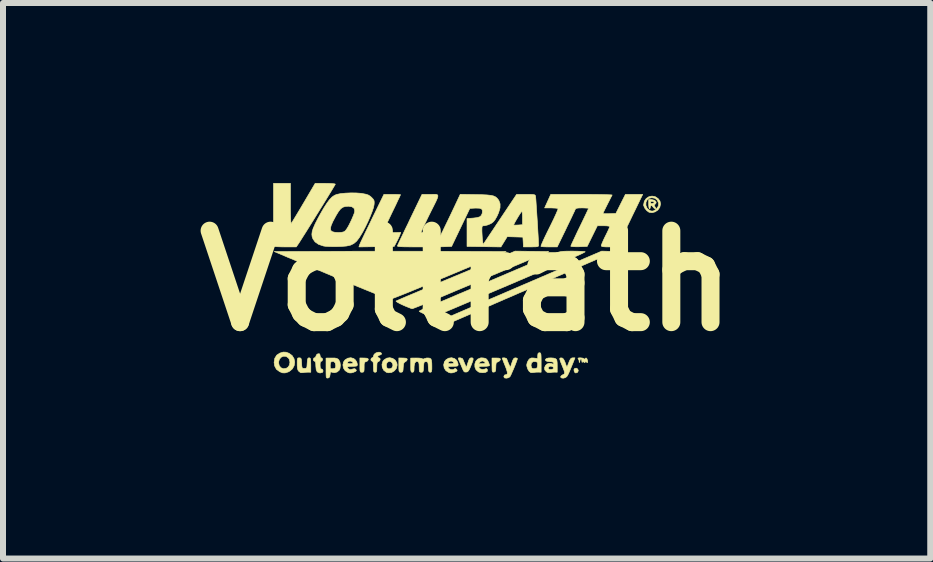
<source format=kicad_pcb>
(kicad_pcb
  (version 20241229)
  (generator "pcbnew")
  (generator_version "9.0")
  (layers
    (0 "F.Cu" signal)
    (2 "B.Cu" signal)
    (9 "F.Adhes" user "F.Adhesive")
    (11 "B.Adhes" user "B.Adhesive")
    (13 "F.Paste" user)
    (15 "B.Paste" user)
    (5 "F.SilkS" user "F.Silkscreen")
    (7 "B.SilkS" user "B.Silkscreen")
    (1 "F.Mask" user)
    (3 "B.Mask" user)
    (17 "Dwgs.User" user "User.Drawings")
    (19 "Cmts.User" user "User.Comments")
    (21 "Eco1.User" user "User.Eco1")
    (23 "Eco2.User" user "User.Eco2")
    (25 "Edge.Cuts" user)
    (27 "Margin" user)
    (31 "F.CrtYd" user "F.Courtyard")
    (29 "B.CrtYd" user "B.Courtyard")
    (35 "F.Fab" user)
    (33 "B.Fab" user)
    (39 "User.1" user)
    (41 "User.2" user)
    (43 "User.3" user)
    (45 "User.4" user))
  (footprint "Vollrath"
    (layer "F.Cu")
    (at 4.724 1.628)
    (property "Reference" "Vollrath" (at 0 0 0) (layer "F.SilkS") (effects (font (size 1.524 1.524) (thickness 0.3))))
    (attr through_hole)
    (fp_poly (pts (xy 1.852 1.471) (xy 1.861 1.498) (xy 1.851 1.522) (xy 1.846 1.526) (xy 1.819 1.537) (xy 1.801 1.525) (xy 1.794 1.513) (xy 1.788 1.481) (xy 1.802 1.46) (xy 1.829 1.456) (xy 1.852 1.471)) (stroke (width 0.01) (type solid)) (fill yes) (layer "F.SilkS"))
    (fp_poly (pts (xy -1.058 1.287) (xy -1.014 1.29) (xy -0.993 1.299) (xy -0.988 1.311) (xy -0.999 1.334) (xy -1.02 1.348) (xy -1.038 1.36) (xy -1.049 1.382) (xy -1.054 1.422) (xy -1.056 1.443) (xy -1.059 1.489) (xy -1.065 1.513) (xy -1.077 1.522) (xy -1.094 1.524) (xy -1.111 1.523) (xy -1.121 1.515) (xy -1.127 1.496) (xy -1.129 1.46) (xy -1.129 1.405) (xy -1.129 1.286) (xy -1.058 1.287)) (stroke (width 0.01) (type solid)) (fill yes) (layer "F.SilkS"))
    (fp_poly (pts (xy 0.537 1.289) (xy 0.558 1.296) (xy 0.564 1.311) (xy 0.564 1.311) (xy 0.552 1.333) (xy 0.526 1.349) (xy 0.504 1.359) (xy 0.492 1.375) (xy 0.488 1.406) (xy 0.487 1.439) (xy 0.485 1.485) (xy 0.479 1.509) (xy 0.466 1.519) (xy 0.455 1.521) (xy 0.439 1.522) (xy 0.43 1.515) (xy 0.425 1.496) (xy 0.424 1.458) (xy 0.423 1.407) (xy 0.423 1.287) (xy 0.494 1.287) (xy 0.537 1.289)) (stroke (width 0.01) (type solid)) (fill yes) (layer "F.SilkS"))
    (fp_poly (pts (xy -1.707 1.287) (xy -1.664 1.29) (xy -1.643 1.298) (xy -1.637 1.313) (xy -1.637 1.313) (xy -1.649 1.335) (xy -1.672 1.346) (xy -1.692 1.354) (xy -1.702 1.368) (xy -1.707 1.396) (xy -1.707 1.44) (xy -1.708 1.486) (xy -1.712 1.512) (xy -1.723 1.522) (xy -1.742 1.524) (xy -1.743 1.524) (xy -1.76 1.523) (xy -1.77 1.516) (xy -1.776 1.497) (xy -1.778 1.461) (xy -1.778 1.405) (xy -1.778 1.286) (xy -1.707 1.287)) (stroke (width 0.01) (type solid)) (fill yes) (layer "F.SilkS"))
    (fp_poly (pts (xy -1.23 1.294) (xy -1.189 1.323) (xy -1.163 1.367) (xy -1.157 1.403) (xy -1.169 1.457) (xy -1.202 1.499) (xy -1.248 1.527) (xy -1.301 1.533) (xy -1.336 1.525) (xy -1.379 1.493) (xy -1.404 1.446) (xy -1.407 1.423) (xy -1.338 1.423) (xy -1.327 1.452) (xy -1.301 1.467) (xy -1.294 1.468) (xy -1.261 1.461) (xy -1.245 1.451) (xy -1.228 1.419) (xy -1.231 1.384) (xy -1.25 1.356) (xy -1.279 1.342) (xy -1.293 1.343) (xy -1.321 1.359) (xy -1.336 1.389) (xy -1.338 1.423) (xy -1.407 1.423) (xy -1.41 1.394) (xy -1.395 1.343) (xy -1.376 1.319) (xy -1.33 1.289) (xy -1.279 1.282) (xy -1.23 1.294)) (stroke (width 0.01) (type solid)) (fill yes) (layer "F.SilkS"))
    (fp_poly (pts (xy -0.105 1.284) (xy -0.071 1.295) (xy -0.058 1.316) (xy -0.044 1.351) (xy -0.026 1.393) (xy -0.025 1.397) (xy -0.004 1.446) (xy 0.022 1.365) (xy 0.038 1.319) (xy 0.053 1.294) (xy 0.07 1.285) (xy 0.08 1.284) (xy 0.1 1.286) (xy 0.109 1.296) (xy 0.108 1.318) (xy 0.096 1.356) (xy 0.072 1.416) (xy 0.072 1.418) (xy 0.049 1.47) (xy 0.031 1.501) (xy 0.014 1.516) (xy -0.006 1.521) (xy -0.032 1.52) (xy -0.05 1.504) (xy -0.065 1.472) (xy -0.085 1.424) (xy -0.108 1.37) (xy -0.114 1.356) (xy -0.132 1.315) (xy -0.138 1.294) (xy -0.133 1.285) (xy -0.114 1.284) (xy -0.105 1.284)) (stroke (width 0.01) (type solid)) (fill yes) (layer "F.SilkS"))
    (fp_poly (pts (xy 3.085 -1.352) (xy 3.128 -1.342) (xy 3.153 -1.322) (xy 3.159 -1.299) (xy 3.144 -1.279) (xy 3.128 -1.263) (xy 3.131 -1.245) (xy 3.141 -1.23) (xy 3.154 -1.207) (xy 3.148 -1.2) (xy 3.144 -1.199) (xy 3.123 -1.21) (xy 3.108 -1.228) (xy 3.089 -1.25) (xy 3.076 -1.256) (xy 3.065 -1.244) (xy 3.062 -1.228) (xy 3.056 -1.205) (xy 3.048 -1.199) (xy 3.04 -1.212) (xy 3.035 -1.245) (xy 3.034 -1.278) (xy 3.034 -1.305) (xy 3.062 -1.305) (xy 3.072 -1.288) (xy 3.094 -1.287) (xy 3.119 -1.296) (xy 3.126 -1.305) (xy 3.114 -1.318) (xy 3.094 -1.324) (xy 3.068 -1.32) (xy 3.062 -1.305) (xy 3.034 -1.305) (xy 3.034 -1.356) (xy 3.085 -1.352)) (stroke (width 0.01) (type solid)) (fill yes) (layer "F.SilkS"))
    (fp_poly (pts (xy -2.449 1.218) (xy -2.442 1.238) (xy -2.441 1.248) (xy -2.434 1.277) (xy -2.42 1.284) (xy -2.403 1.296) (xy -2.399 1.312) (xy -2.408 1.335) (xy -2.42 1.341) (xy -2.434 1.349) (xy -2.44 1.377) (xy -2.441 1.404) (xy -2.438 1.447) (xy -2.428 1.466) (xy -2.422 1.468) (xy -2.401 1.478) (xy -2.391 1.502) (xy -2.398 1.523) (xy -2.402 1.526) (xy -2.443 1.537) (xy -2.482 1.522) (xy -2.49 1.516) (xy -2.506 1.481) (xy -2.512 1.421) (xy -2.512 1.417) (xy -2.514 1.371) (xy -2.521 1.347) (xy -2.533 1.341) (xy -2.55 1.329) (xy -2.554 1.312) (xy -2.546 1.289) (xy -2.534 1.284) (xy -2.516 1.272) (xy -2.509 1.252) (xy -2.493 1.224) (xy -2.473 1.216) (xy -2.449 1.218)) (stroke (width 0.01) (type solid)) (fill yes) (layer "F.SilkS"))
    (fp_poly (pts (xy 1.931 1.288) (xy 1.954 1.298) (xy 1.955 1.3) (xy 1.968 1.306) (xy 1.977 1.296) (xy 1.99 1.285) (xy 2.004 1.298) (xy 2.016 1.331) (xy 2.018 1.346) (xy 2.014 1.364) (xy 2 1.357) (xy 1.997 1.355) (xy 1.98 1.344) (xy 1.976 1.355) (xy 1.976 1.355) (xy 1.971 1.365) (xy 1.956 1.356) (xy 1.937 1.347) (xy 1.929 1.358) (xy 1.923 1.359) (xy 1.92 1.338) (xy 1.92 1.337) (xy 1.915 1.309) (xy 1.906 1.298) (xy 1.895 1.31) (xy 1.887 1.337) (xy 1.882 1.36) (xy 1.877 1.362) (xy 1.877 1.362) (xy 1.875 1.337) (xy 1.876 1.336) (xy 1.869 1.316) (xy 1.861 1.304) (xy 1.855 1.291) (xy 1.869 1.285) (xy 1.895 1.284) (xy 1.931 1.288)) (stroke (width 0.01) (type solid)) (fill yes) (layer "F.SilkS"))
    (fp_poly (pts (xy -3.008 1.19) (xy -2.959 1.208) (xy -2.907 1.246) (xy -2.875 1.298) (xy -2.864 1.355) (xy -2.873 1.414) (xy -2.902 1.467) (xy -2.951 1.508) (xy -2.972 1.519) (xy -3.024 1.535) (xy -3.067 1.534) (xy -3.114 1.515) (xy -3.168 1.475) (xy -3.198 1.419) (xy -3.207 1.362) (xy -3.133 1.362) (xy -3.122 1.414) (xy -3.093 1.449) (xy -3.052 1.466) (xy -3.006 1.459) (xy -2.976 1.441) (xy -2.951 1.404) (xy -2.943 1.356) (xy -2.954 1.309) (xy -2.97 1.285) (xy -3.008 1.259) (xy -3.051 1.257) (xy -3.09 1.274) (xy -3.119 1.308) (xy -3.133 1.356) (xy -3.133 1.362) (xy -3.207 1.362) (xy -3.207 1.361) (xy -3.196 1.292) (xy -3.163 1.239) (xy -3.111 1.205) (xy -3.056 1.188) (xy -3.008 1.19)) (stroke (width 0.01) (type solid)) (fill yes) (layer "F.SilkS"))
    (fp_poly (pts (xy 3.143 -1.401) (xy 3.19 -1.37) (xy 3.222 -1.328) (xy 3.231 -1.281) (xy 3.231 -1.278) (xy 3.219 -1.225) (xy 3.187 -1.179) (xy 3.141 -1.148) (xy 3.089 -1.134) (xy 3.039 -1.142) (xy 3.002 -1.169) (xy 2.97 -1.208) (xy 2.951 -1.251) (xy 2.95 -1.257) (xy 2.987 -1.257) (xy 3.007 -1.21) (xy 3.025 -1.191) (xy 3.069 -1.163) (xy 3.109 -1.162) (xy 3.15 -1.187) (xy 3.162 -1.198) (xy 3.195 -1.245) (xy 3.2 -1.293) (xy 3.177 -1.341) (xy 3.174 -1.346) (xy 3.136 -1.375) (xy 3.087 -1.384) (xy 3.04 -1.374) (xy 3.012 -1.354) (xy 2.989 -1.309) (xy 2.987 -1.257) (xy 2.95 -1.257) (xy 2.949 -1.266) (xy 2.961 -1.324) (xy 2.992 -1.37) (xy 3.037 -1.4) (xy 3.089 -1.411) (xy 3.143 -1.401)) (stroke (width 0.01) (type solid)) (fill yes) (layer "F.SilkS"))
    (fp_poly (pts (xy -1.445 1.191) (xy -1.419 1.206) (xy -1.418 1.223) (xy -1.441 1.237) (xy -1.451 1.239) (xy -1.474 1.25) (xy -1.481 1.268) (xy -1.472 1.282) (xy -1.46 1.284) (xy -1.443 1.294) (xy -1.44 1.315) (xy -1.452 1.336) (xy -1.468 1.345) (xy -1.483 1.353) (xy -1.492 1.371) (xy -1.495 1.405) (xy -1.496 1.438) (xy -1.497 1.486) (xy -1.501 1.512) (xy -1.511 1.522) (xy -1.524 1.524) (xy -1.539 1.521) (xy -1.548 1.508) (xy -1.551 1.48) (xy -1.552 1.432) (xy -1.554 1.381) (xy -1.559 1.352) (xy -1.569 1.341) (xy -1.573 1.341) (xy -1.591 1.329) (xy -1.595 1.312) (xy -1.586 1.289) (xy -1.573 1.284) (xy -1.556 1.272) (xy -1.552 1.256) (xy -1.54 1.225) (xy -1.509 1.201) (xy -1.47 1.19) (xy -1.445 1.191)) (stroke (width 0.01) (type solid)) (fill yes) (layer "F.SilkS"))
    (fp_poly (pts (xy -1.239 -1.439) (xy -1.181 -1.439) (xy -1.134 -1.437) (xy -1.106 -1.435) (xy -1.101 -1.434) (xy -1.107 -1.42) (xy -1.123 -1.385) (xy -1.149 -1.331) (xy -1.181 -1.262) (xy -1.22 -1.182) (xy -1.249 -1.122) (xy -1.29 -1.036) (xy -1.327 -0.959) (xy -1.358 -0.894) (xy -1.381 -0.844) (xy -1.394 -0.814) (xy -1.397 -0.807) (xy -1.384 -0.803) (xy -1.348 -0.801) (xy -1.296 -0.801) (xy -1.248 -0.802) (xy -1.098 -0.806) (xy -1.108 -0.774) (xy -1.12 -0.744) (xy -1.14 -0.7) (xy -1.162 -0.656) (xy -1.206 -0.572) (xy -1.5 -0.568) (xy -1.794 -0.564) (xy -1.784 -0.595) (xy -1.776 -0.615) (xy -1.757 -0.657) (xy -1.728 -0.718) (xy -1.692 -0.794) (xy -1.649 -0.882) (xy -1.602 -0.979) (xy -1.576 -1.033) (xy -1.378 -1.439) (xy -1.239 -1.439)) (stroke (width 0.01) (type solid)) (fill yes) (layer "F.SilkS"))
    (fp_poly (pts (xy -2.611 1.287) (xy -2.602 1.297) (xy -2.598 1.322) (xy -2.597 1.366) (xy -2.596 1.404) (xy -2.596 1.524) (xy -2.642 1.523) (xy -2.688 1.525) (xy -2.726 1.531) (xy -2.762 1.532) (xy -2.793 1.511) (xy -2.809 1.49) (xy -2.818 1.461) (xy -2.822 1.417) (xy -2.822 1.383) (xy -2.822 1.331) (xy -2.819 1.302) (xy -2.811 1.288) (xy -2.796 1.284) (xy -2.788 1.284) (xy -2.769 1.286) (xy -2.758 1.296) (xy -2.752 1.322) (xy -2.749 1.368) (xy -2.749 1.372) (xy -2.746 1.42) (xy -2.741 1.447) (xy -2.73 1.458) (xy -2.711 1.46) (xy -2.702 1.46) (xy -2.679 1.459) (xy -2.666 1.451) (xy -2.66 1.43) (xy -2.657 1.39) (xy -2.656 1.372) (xy -2.652 1.324) (xy -2.646 1.297) (xy -2.636 1.286) (xy -2.624 1.284) (xy -2.611 1.287)) (stroke (width 0.01) (type solid)) (fill yes) (layer "F.SilkS"))
    (fp_poly (pts (xy 0.839 1.289) (xy 0.847 1.297) (xy 0.841 1.318) (xy 0.827 1.357) (xy 0.807 1.409) (xy 0.784 1.465) (xy 0.76 1.519) (xy 0.74 1.565) (xy 0.724 1.595) (xy 0.72 1.601) (xy 0.693 1.617) (xy 0.661 1.623) (xy 0.631 1.618) (xy 0.621 1.6) (xy 0.621 1.595) (xy 0.631 1.571) (xy 0.648 1.566) (xy 0.67 1.562) (xy 0.679 1.545) (xy 0.676 1.513) (xy 0.66 1.462) (xy 0.64 1.411) (xy 0.619 1.359) (xy 0.603 1.317) (xy 0.594 1.292) (xy 0.593 1.288) (xy 0.605 1.285) (xy 0.629 1.284) (xy 0.662 1.293) (xy 0.672 1.309) (xy 0.682 1.337) (xy 0.698 1.377) (xy 0.704 1.39) (xy 0.729 1.446) (xy 0.755 1.365) (xy 0.772 1.319) (xy 0.787 1.294) (xy 0.804 1.285) (xy 0.814 1.284) (xy 0.839 1.289)) (stroke (width 0.01) (type solid)) (fill yes) (layer "F.SilkS"))
    (fp_poly (pts (xy 1.777 1.358) (xy 1.741 1.446) (xy 1.714 1.511) (xy 1.693 1.557) (xy 1.676 1.586) (xy 1.668 1.598) (xy 1.642 1.615) (xy 1.61 1.623) (xy 1.581 1.619) (xy 1.567 1.605) (xy 1.566 1.601) (xy 1.578 1.581) (xy 1.602 1.566) (xy 1.622 1.557) (xy 1.632 1.544) (xy 1.632 1.523) (xy 1.622 1.489) (xy 1.601 1.436) (xy 1.588 1.404) (xy 1.565 1.348) (xy 1.554 1.313) (xy 1.552 1.294) (xy 1.56 1.287) (xy 1.561 1.286) (xy 1.591 1.286) (xy 1.615 1.305) (xy 1.635 1.345) (xy 1.645 1.371) (xy 1.659 1.412) (xy 1.669 1.429) (xy 1.677 1.425) (xy 1.681 1.418) (xy 1.694 1.386) (xy 1.71 1.345) (xy 1.713 1.337) (xy 1.732 1.301) (xy 1.754 1.286) (xy 1.77 1.284) (xy 1.806 1.284) (xy 1.777 1.358)) (stroke (width 0.01) (type solid)) (fill yes) (layer "F.SilkS"))
    (fp_poly (pts (xy -1.085 -0.492) (xy -0.843 -0.492) (xy -0.613 -0.491) (xy -0.401 -0.491) (xy -0.306 -0.49) (xy 0.658 -0.487) (xy -0.281 -0.093) (xy -0.436 -0.029) (xy -0.584 0.033) (xy -0.724 0.09) (xy -0.852 0.143) (xy -0.966 0.19) (xy -1.066 0.23) (xy -1.147 0.262) (xy -1.209 0.286) (xy -1.248 0.3) (xy -1.263 0.305) (xy -1.282 0.302) (xy -1.318 0.291) (xy -1.373 0.272) (xy -1.447 0.244) (xy -1.542 0.207) (xy -1.658 0.16) (xy -1.798 0.103) (xy -1.961 0.035) (xy -2.06 -0.007) (xy -2.205 -0.067) (xy -2.348 -0.127) (xy -2.486 -0.185) (xy -2.615 -0.239) (xy -2.732 -0.288) (xy -2.835 -0.331) (xy -2.92 -0.367) (xy -2.984 -0.393) (xy -3.011 -0.405) (xy -3.206 -0.487) (xy -2.238 -0.49) (xy -2.037 -0.491) (xy -1.815 -0.492) (xy -1.578 -0.492) (xy -1.332 -0.492) (xy -1.085 -0.492)) (stroke (width 0.01) (type solid)) (fill yes) (layer "F.SilkS"))
    (fp_poly (pts (xy -2.198 1.287) (xy -2.164 1.293) (xy -2.141 1.306) (xy -2.131 1.316) (xy -2.11 1.355) (xy -2.103 1.408) (xy -2.109 1.46) (xy -2.123 1.491) (xy -2.158 1.52) (xy -2.203 1.532) (xy -2.243 1.524) (xy -2.261 1.518) (xy -2.27 1.528) (xy -2.274 1.561) (xy -2.275 1.563) (xy -2.281 1.599) (xy -2.296 1.616) (xy -2.311 1.62) (xy -2.324 1.621) (xy -2.333 1.616) (xy -2.339 1.602) (xy -2.341 1.572) (xy -2.342 1.523) (xy -2.342 1.457) (xy -2.342 1.412) (xy -2.272 1.412) (xy -2.271 1.448) (xy -2.263 1.464) (xy -2.241 1.466) (xy -2.226 1.465) (xy -2.195 1.459) (xy -2.182 1.443) (xy -2.18 1.413) (xy -2.189 1.37) (xy -2.212 1.345) (xy -2.245 1.344) (xy -2.249 1.345) (xy -2.266 1.363) (xy -2.272 1.404) (xy -2.272 1.412) (xy -2.342 1.412) (xy -2.342 1.288) (xy -2.251 1.287) (xy -2.198 1.287)) (stroke (width 0.01) (type solid)) (fill yes) (layer "F.SilkS"))
    (fp_poly (pts (xy -0.518 -1.44) (xy -0.493 -1.436) (xy -0.48 -1.425) (xy -0.479 -1.405) (xy -0.489 -1.371) (xy -0.511 -1.321) (xy -0.545 -1.253) (xy -0.591 -1.162) (xy -0.601 -1.142) (xy -0.64 -1.063) (xy -0.675 -0.99) (xy -0.706 -0.927) (xy -0.728 -0.88) (xy -0.739 -0.855) (xy -0.761 -0.804) (xy -0.631 -0.803) (xy -0.572 -0.802) (xy -0.522 -0.802) (xy -0.49 -0.803) (xy -0.483 -0.803) (xy -0.471 -0.801) (xy -0.468 -0.789) (xy -0.476 -0.762) (xy -0.496 -0.717) (xy -0.518 -0.671) (xy -0.571 -0.564) (xy -0.865 -0.564) (xy -0.968 -0.565) (xy -1.044 -0.566) (xy -1.098 -0.568) (xy -1.133 -0.571) (xy -1.15 -0.576) (xy -1.153 -0.582) (xy -1.145 -0.599) (xy -1.127 -0.638) (xy -1.1 -0.696) (xy -1.064 -0.77) (xy -1.023 -0.857) (xy -0.976 -0.953) (xy -0.945 -1.02) (xy -0.743 -1.439) (xy -0.603 -1.439) (xy -0.555 -1.44) (xy -0.518 -1.44)) (stroke (width 0.01) (type solid)) (fill yes) (layer "F.SilkS"))
    (fp_poly (pts (xy 1.226 1.201) (xy 1.234 1.21) (xy 1.239 1.229) (xy 1.241 1.265) (xy 1.242 1.322) (xy 1.242 1.362) (xy 1.242 1.524) (xy 1.196 1.522) (xy 1.154 1.523) (xy 1.122 1.528) (xy 1.086 1.531) (xy 1.069 1.529) (xy 1.042 1.509) (xy 1.019 1.471) (xy 1.004 1.424) (xy 1.002 1.406) (xy 1.073 1.406) (xy 1.081 1.446) (xy 1.1 1.463) (xy 1.134 1.465) (xy 1.164 1.459) (xy 1.177 1.443) (xy 1.183 1.408) (xy 1.183 1.373) (xy 1.173 1.355) (xy 1.151 1.347) (xy 1.109 1.347) (xy 1.082 1.368) (xy 1.073 1.406) (xy 1.002 1.406) (xy 1.002 1.4) (xy 1.011 1.36) (xy 1.032 1.32) (xy 1.032 1.32) (xy 1.056 1.295) (xy 1.081 1.286) (xy 1.12 1.287) (xy 1.124 1.288) (xy 1.185 1.295) (xy 1.185 1.247) (xy 1.189 1.214) (xy 1.202 1.201) (xy 1.214 1.199) (xy 1.226 1.201)) (stroke (width 0.01) (type solid)) (fill yes) (layer "F.SilkS"))
    (fp_poly (pts (xy 1.453 1.289) (xy 1.483 1.299) (xy 1.497 1.31) (xy 1.505 1.331) (xy 1.509 1.367) (xy 1.51 1.419) (xy 1.51 1.524) (xy 1.471 1.522) (xy 1.427 1.524) (xy 1.397 1.53) (xy 1.352 1.528) (xy 1.329 1.516) (xy 1.303 1.485) (xy 1.299 1.449) (xy 1.359 1.449) (xy 1.361 1.466) (xy 1.382 1.478) (xy 1.413 1.478) (xy 1.44 1.469) (xy 1.45 1.458) (xy 1.443 1.439) (xy 1.428 1.427) (xy 1.4 1.422) (xy 1.374 1.431) (xy 1.359 1.449) (xy 1.299 1.449) (xy 1.299 1.449) (xy 1.313 1.414) (xy 1.34 1.387) (xy 1.377 1.374) (xy 1.419 1.381) (xy 1.421 1.382) (xy 1.445 1.39) (xy 1.452 1.383) (xy 1.451 1.372) (xy 1.44 1.356) (xy 1.414 1.349) (xy 1.384 1.348) (xy 1.341 1.343) (xy 1.316 1.329) (xy 1.313 1.312) (xy 1.328 1.297) (xy 1.36 1.287) (xy 1.406 1.285) (xy 1.453 1.289)) (stroke (width 0.01) (type solid)) (fill yes) (layer "F.SilkS"))
    (fp_poly (pts (xy -1.88 1.296) (xy -1.85 1.321) (xy -1.829 1.357) (xy -1.82 1.392) (xy -1.822 1.41) (xy -1.833 1.42) (xy -1.859 1.424) (xy -1.905 1.425) (xy -1.958 1.427) (xy -1.984 1.435) (xy -1.986 1.449) (xy -1.967 1.468) (xy -1.942 1.48) (xy -1.907 1.473) (xy -1.905 1.472) (xy -1.869 1.464) (xy -1.85 1.472) (xy -1.836 1.492) (xy -1.845 1.507) (xy -1.879 1.523) (xy -1.879 1.523) (xy -1.921 1.535) (xy -1.951 1.535) (xy -1.976 1.528) (xy -2.023 1.498) (xy -2.052 1.453) (xy -2.061 1.401) (xy -2.051 1.361) (xy -1.987 1.361) (xy -1.983 1.375) (xy -1.953 1.382) (xy -1.94 1.383) (xy -1.908 1.379) (xy -1.891 1.371) (xy -1.891 1.369) (xy -1.903 1.35) (xy -1.93 1.338) (xy -1.96 1.34) (xy -1.965 1.342) (xy -1.987 1.361) (xy -2.051 1.361) (xy -2.048 1.35) (xy -2.026 1.319) (xy -1.98 1.29) (xy -1.929 1.282) (xy -1.88 1.296)) (stroke (width 0.01) (type solid)) (fill yes) (layer "F.SilkS"))
    (fp_poly (pts (xy -0.201 1.296) (xy -0.17 1.321) (xy -0.15 1.357) (xy -0.141 1.392) (xy -0.143 1.41) (xy -0.154 1.42) (xy -0.179 1.424) (xy -0.226 1.425) (xy -0.27 1.427) (xy -0.301 1.431) (xy -0.31 1.437) (xy -0.298 1.46) (xy -0.27 1.476) (xy -0.237 1.482) (xy -0.21 1.473) (xy -0.204 1.467) (xy -0.188 1.461) (xy -0.175 1.469) (xy -0.157 1.49) (xy -0.164 1.506) (xy -0.197 1.522) (xy -0.2 1.523) (xy -0.242 1.535) (xy -0.272 1.535) (xy -0.296 1.528) (xy -0.344 1.498) (xy -0.373 1.453) (xy -0.382 1.401) (xy -0.372 1.361) (xy -0.308 1.361) (xy -0.304 1.375) (xy -0.274 1.382) (xy -0.261 1.383) (xy -0.228 1.379) (xy -0.212 1.371) (xy -0.212 1.369) (xy -0.224 1.35) (xy -0.251 1.338) (xy -0.28 1.34) (xy -0.286 1.342) (xy -0.308 1.361) (xy -0.372 1.361) (xy -0.369 1.35) (xy -0.346 1.319) (xy -0.301 1.29) (xy -0.25 1.282) (xy -0.201 1.296)) (stroke (width 0.01) (type solid)) (fill yes) (layer "F.SilkS"))
    (fp_poly (pts (xy 0.292 1.288) (xy 0.324 1.298) (xy 0.324 1.298) (xy 0.345 1.32) (xy 0.365 1.357) (xy 0.379 1.396) (xy 0.381 1.413) (xy 0.368 1.419) (xy 0.334 1.424) (xy 0.29 1.425) (xy 0.24 1.426) (xy 0.214 1.43) (xy 0.205 1.439) (xy 0.207 1.447) (xy 0.228 1.468) (xy 0.264 1.478) (xy 0.302 1.472) (xy 0.308 1.469) (xy 0.331 1.462) (xy 0.344 1.476) (xy 0.345 1.477) (xy 0.346 1.503) (xy 0.341 1.513) (xy 0.312 1.527) (xy 0.268 1.532) (xy 0.223 1.527) (xy 0.197 1.518) (xy 0.157 1.483) (xy 0.138 1.437) (xy 0.137 1.388) (xy 0.139 1.382) (xy 0.191 1.382) (xy 0.25 1.382) (xy 0.287 1.38) (xy 0.308 1.373) (xy 0.31 1.369) (xy 0.299 1.352) (xy 0.284 1.341) (xy 0.257 1.335) (xy 0.228 1.351) (xy 0.224 1.354) (xy 0.191 1.382) (xy 0.139 1.382) (xy 0.153 1.342) (xy 0.184 1.306) (xy 0.23 1.286) (xy 0.25 1.284) (xy 0.292 1.288)) (stroke (width 0.01) (type solid)) (fill yes) (layer "F.SilkS"))
    (fp_poly (pts (xy 1.369 -0.487) (xy 1.196 -0.414) (xy 1.146 -0.393) (xy 1.074 -0.362) (xy 0.984 -0.324) (xy 0.878 -0.279) (xy 0.76 -0.23) (xy 0.635 -0.177) (xy 0.505 -0.122) (xy 0.416 -0.085) (xy 0.277 -0.026) (xy 0.132 0.035) (xy -0.014 0.097) (xy -0.156 0.156) (xy -0.288 0.212) (xy -0.406 0.262) (xy -0.505 0.304) (xy -0.539 0.318) (xy -0.632 0.357) (xy -0.718 0.393) (xy -0.791 0.422) (xy -0.85 0.445) (xy -0.889 0.46) (xy -0.906 0.465) (xy -0.926 0.46) (xy -0.965 0.445) (xy -1.017 0.424) (xy -1.056 0.407) (xy -1.109 0.382) (xy -1.15 0.36) (xy -1.173 0.344) (xy -1.176 0.338) (xy -1.16 0.331) (xy -1.122 0.314) (xy -1.063 0.288) (xy -0.988 0.256) (xy -0.897 0.218) (xy -0.795 0.175) (xy -0.685 0.129) (xy -0.67 0.123) (xy -0.53 0.064) (xy -0.371 -0.002) (xy -0.203 -0.072) (xy -0.034 -0.142) (xy 0.128 -0.21) (xy 0.275 -0.271) (xy 0.316 -0.288) (xy 0.809 -0.494) (xy 1.369 -0.487)) (stroke (width 0.01) (type solid)) (fill yes) (layer "F.SilkS"))
    (fp_poly (pts (xy 2.363 -0.491) (xy 2.475 -0.487) (xy 2.384 -0.449) (xy 2.35 -0.435) (xy 2.294 -0.411) (xy 2.219 -0.379) (xy 2.129 -0.34) (xy 2.027 -0.296) (xy 1.917 -0.248) (xy 1.803 -0.198) (xy 1.799 -0.197) (xy 1.665 -0.139) (xy 1.517 -0.075) (xy 1.364 -0.008) (xy 1.212 0.057) (xy 1.069 0.119) (xy 0.942 0.175) (xy 0.889 0.197) (xy 0.762 0.253) (xy 0.619 0.314) (xy 0.47 0.379) (xy 0.323 0.443) (xy 0.186 0.502) (xy 0.082 0.547) (xy -0.308 0.716) (xy -0.368 0.689) (xy -0.402 0.673) (xy -0.421 0.661) (xy -0.422 0.658) (xy -0.408 0.651) (xy -0.371 0.635) (xy -0.312 0.609) (xy -0.234 0.575) (xy -0.138 0.534) (xy -0.027 0.486) (xy 0.097 0.433) (xy 0.231 0.375) (xy 0.374 0.313) (xy 0.43 0.289) (xy 0.594 0.219) (xy 0.764 0.145) (xy 0.937 0.071) (xy 1.107 -0.002) (xy 1.272 -0.073) (xy 1.426 -0.139) (xy 1.565 -0.199) (xy 1.686 -0.251) (xy 1.764 -0.285) (xy 2.251 -0.494) (xy 2.363 -0.491)) (stroke (width 0.01) (type solid)) (fill yes) (layer "F.SilkS"))
    (fp_poly (pts (xy -2.935 -1.281) (xy -2.935 -1.178) (xy -2.933 -1.091) (xy -2.931 -1.023) (xy -2.928 -0.976) (xy -2.924 -0.954) (xy -2.922 -0.953) (xy -2.912 -0.969) (xy -2.89 -1.005) (xy -2.857 -1.059) (xy -2.816 -1.127) (xy -2.768 -1.207) (xy -2.717 -1.294) (xy -2.716 -1.295) (xy -2.523 -1.623) (xy -2.355 -1.623) (xy -2.29 -1.622) (xy -2.237 -1.619) (xy -2.201 -1.615) (xy -2.187 -1.61) (xy -2.187 -1.61) (xy -2.194 -1.596) (xy -2.215 -1.561) (xy -2.246 -1.509) (xy -2.287 -1.442) (xy -2.335 -1.363) (xy -2.389 -1.275) (xy -2.447 -1.182) (xy -2.506 -1.087) (xy -2.565 -0.991) (xy -2.622 -0.9) (xy -2.675 -0.815) (xy -2.723 -0.74) (xy -2.762 -0.678) (xy -2.792 -0.631) (xy -2.811 -0.603) (xy -2.838 -0.564) (xy -3.018 -0.564) (xy -3.087 -0.565) (xy -3.145 -0.567) (xy -3.187 -0.57) (xy -3.207 -0.573) (xy -3.208 -0.574) (xy -3.21 -0.59) (xy -3.212 -0.63) (xy -3.214 -0.693) (xy -3.215 -0.774) (xy -3.216 -0.871) (xy -3.217 -0.98) (xy -3.217 -1.098) (xy -3.217 -1.623) (xy -2.935 -1.623) (xy -2.935 -1.281)) (stroke (width 0.01) (type solid)) (fill yes) (layer "F.SilkS"))
    (fp_poly (pts (xy -0.621 1.288) (xy -0.595 1.301) (xy -0.586 1.325) (xy -0.58 1.37) (xy -0.579 1.421) (xy -0.579 1.474) (xy -0.583 1.505) (xy -0.59 1.52) (xy -0.603 1.524) (xy -0.606 1.524) (xy -0.621 1.52) (xy -0.631 1.506) (xy -0.636 1.473) (xy -0.638 1.436) (xy -0.641 1.388) (xy -0.646 1.361) (xy -0.657 1.35) (xy -0.675 1.348) (xy -0.677 1.348) (xy -0.697 1.35) (xy -0.708 1.36) (xy -0.713 1.384) (xy -0.717 1.43) (xy -0.717 1.436) (xy -0.72 1.484) (xy -0.725 1.51) (xy -0.736 1.522) (xy -0.754 1.524) (xy -0.756 1.524) (xy -0.775 1.522) (xy -0.785 1.512) (xy -0.789 1.487) (xy -0.79 1.441) (xy -0.79 1.439) (xy -0.792 1.386) (xy -0.8 1.357) (xy -0.812 1.346) (xy -0.842 1.345) (xy -0.863 1.371) (xy -0.874 1.419) (xy -0.875 1.448) (xy -0.876 1.492) (xy -0.882 1.515) (xy -0.894 1.523) (xy -0.903 1.524) (xy -0.917 1.522) (xy -0.925 1.511) (xy -0.93 1.487) (xy -0.931 1.443) (xy -0.931 1.406) (xy -0.931 1.288) (xy -0.84 1.287) (xy -0.792 1.288) (xy -0.756 1.292) (xy -0.74 1.299) (xy -0.722 1.305) (xy -0.706 1.298) (xy -0.664 1.286) (xy -0.621 1.288)) (stroke (width 0.01) (type solid)) (fill yes) (layer "F.SilkS"))
    (fp_poly (pts (xy 1.843 -0.493) (xy 1.904 -0.491) (xy 1.949 -0.488) (xy 1.973 -0.485) (xy 1.976 -0.483) (xy 1.963 -0.474) (xy 1.93 -0.457) (xy 1.88 -0.433) (xy 1.818 -0.406) (xy 1.803 -0.399) (xy 1.71 -0.36) (xy 1.597 -0.312) (xy 1.466 -0.256) (xy 1.321 -0.194) (xy 1.166 -0.128) (xy 1.003 -0.059) (xy 0.837 0.012) (xy 0.671 0.083) (xy 0.507 0.152) (xy 0.35 0.219) (xy 0.203 0.282) (xy 0.07 0.339) (xy -0.047 0.389) (xy -0.144 0.43) (xy -0.198 0.453) (xy -0.293 0.493) (xy -0.379 0.529) (xy -0.453 0.56) (xy -0.512 0.584) (xy -0.553 0.599) (xy -0.572 0.605) (xy -0.572 0.605) (xy -0.591 0.599) (xy -0.628 0.585) (xy -0.676 0.565) (xy -0.688 0.56) (xy -0.736 0.538) (xy -0.772 0.52) (xy -0.789 0.508) (xy -0.79 0.507) (xy -0.778 0.499) (xy -0.745 0.483) (xy -0.698 0.462) (xy -0.667 0.449) (xy -0.631 0.434) (xy -0.572 0.409) (xy -0.492 0.376) (xy -0.395 0.335) (xy -0.283 0.288) (xy -0.16 0.235) (xy -0.027 0.179) (xy 0.112 0.12) (xy 0.212 0.078) (xy 0.407 -0.005) (xy 0.579 -0.078) (xy 0.728 -0.142) (xy 0.858 -0.197) (xy 0.968 -0.244) (xy 1.062 -0.283) (xy 1.142 -0.317) (xy 1.208 -0.345) (xy 1.264 -0.369) (xy 1.311 -0.388) (xy 1.35 -0.405) (xy 1.385 -0.419) (xy 1.416 -0.432) (xy 1.445 -0.444) (xy 1.45 -0.446) (xy 1.496 -0.465) (xy 1.534 -0.478) (xy 1.57 -0.486) (xy 1.611 -0.491) (xy 1.663 -0.493) (xy 1.734 -0.494) (xy 1.771 -0.494) (xy 1.843 -0.493)) (stroke (width 0.01) (type solid)) (fill yes) (layer "F.SilkS"))
    (fp_poly (pts (xy -1.839 -1.463) (xy -1.759 -1.457) (xy -1.736 -1.453) (xy -1.677 -1.442) (xy -1.636 -1.428) (xy -1.605 -1.408) (xy -1.582 -1.388) (xy -1.554 -1.357) (xy -1.541 -1.332) (xy -1.539 -1.299) (xy -1.542 -1.265) (xy -1.552 -1.218) (xy -1.574 -1.153) (xy -1.605 -1.075) (xy -1.642 -0.99) (xy -1.683 -0.904) (xy -1.726 -0.822) (xy -1.74 -0.797) (xy -1.788 -0.719) (xy -1.832 -0.661) (xy -1.879 -0.621) (xy -1.933 -0.594) (xy -2 -0.579) (xy -2.087 -0.572) (xy -2.145 -0.57) (xy -2.219 -0.569) (xy -2.289 -0.571) (xy -2.347 -0.574) (xy -2.383 -0.579) (xy -2.465 -0.606) (xy -2.525 -0.648) (xy -2.56 -0.698) (xy -2.574 -0.736) (xy -2.578 -0.776) (xy -2.572 -0.823) (xy -2.557 -0.87) (xy -2.269 -0.87) (xy -2.262 -0.837) (xy -2.236 -0.817) (xy -2.192 -0.807) (xy -2.138 -0.804) (xy -2.084 -0.807) (xy -2.048 -0.815) (xy -2.021 -0.832) (xy -2.019 -0.835) (xy -1.998 -0.862) (xy -1.97 -0.908) (xy -1.941 -0.965) (xy -1.912 -1.026) (xy -1.887 -1.085) (xy -1.869 -1.133) (xy -1.863 -1.164) (xy -1.863 -1.164) (xy -1.874 -1.206) (xy -1.909 -1.232) (xy -1.966 -1.242) (xy -1.97 -1.242) (xy -2.021 -1.238) (xy -2.062 -1.225) (xy -2.098 -1.199) (xy -2.133 -1.155) (xy -2.173 -1.09) (xy -2.184 -1.07) (xy -2.23 -0.984) (xy -2.258 -0.918) (xy -2.269 -0.87) (xy -2.557 -0.87) (xy -2.553 -0.88) (xy -2.522 -0.951) (xy -2.477 -1.039) (xy -2.44 -1.107) (xy -2.38 -1.211) (xy -2.328 -1.292) (xy -2.283 -1.353) (xy -2.241 -1.396) (xy -2.2 -1.424) (xy -2.163 -1.439) (xy -2.1 -1.452) (xy -2.019 -1.46) (xy -1.929 -1.464) (xy -1.839 -1.463)) (stroke (width 0.01) (type solid)) (fill yes) (layer "F.SilkS"))
    (fp_poly (pts (xy 2.033 -1.439) (xy 2.14 -1.438) (xy 2.235 -1.437) (xy 2.314 -1.435) (xy 2.374 -1.433) (xy 2.412 -1.431) (xy 2.425 -1.429) (xy 2.425 -1.429) (xy 2.417 -1.413) (xy 2.398 -1.377) (xy 2.373 -1.327) (xy 2.346 -1.274) (xy 2.317 -1.216) (xy 2.293 -1.168) (xy 2.277 -1.134) (xy 2.272 -1.121) (xy 2.285 -1.118) (xy 2.319 -1.117) (xy 2.368 -1.117) (xy 2.379 -1.118) (xy 2.487 -1.122) (xy 2.566 -1.28) (xy 2.646 -1.439) (xy 2.79 -1.439) (xy 2.934 -1.439) (xy 2.813 -1.189) (xy 2.767 -1.095) (xy 2.718 -0.993) (xy 2.67 -0.893) (xy 2.627 -0.804) (xy 2.601 -0.751) (xy 2.511 -0.564) (xy 2.377 -0.564) (xy 2.314 -0.565) (xy 2.273 -0.568) (xy 2.252 -0.573) (xy 2.244 -0.582) (xy 2.244 -0.586) (xy 2.25 -0.607) (xy 2.266 -0.646) (xy 2.29 -0.699) (xy 2.314 -0.748) (xy 2.343 -0.806) (xy 2.366 -0.855) (xy 2.38 -0.889) (xy 2.385 -0.903) (xy 2.372 -0.91) (xy 2.336 -0.915) (xy 2.282 -0.917) (xy 2.179 -0.917) (xy 2.009 -0.572) (xy 1.872 -0.567) (xy 1.814 -0.567) (xy 1.768 -0.569) (xy 1.741 -0.573) (xy 1.736 -0.576) (xy 1.742 -0.592) (xy 1.758 -0.629) (xy 1.784 -0.684) (xy 1.817 -0.754) (xy 1.855 -0.835) (xy 1.884 -0.894) (xy 1.925 -0.979) (xy 1.962 -1.056) (xy 1.993 -1.121) (xy 2.016 -1.17) (xy 2.029 -1.199) (xy 2.032 -1.206) (xy 2.019 -1.21) (xy 1.985 -1.212) (xy 1.936 -1.214) (xy 1.926 -1.214) (xy 1.871 -1.213) (xy 1.838 -1.209) (xy 1.82 -1.202) (xy 1.809 -1.187) (xy 1.807 -1.182) (xy 1.798 -1.16) (xy 1.777 -1.117) (xy 1.749 -1.057) (xy 1.714 -0.984) (xy 1.674 -0.902) (xy 1.653 -0.857) (xy 1.51 -0.564) (xy 1.378 -0.564) (xy 1.32 -0.565) (xy 1.273 -0.567) (xy 1.244 -0.571) (xy 1.238 -0.573) (xy 1.242 -0.587) (xy 1.256 -0.623) (xy 1.279 -0.675) (xy 1.31 -0.741) (xy 1.343 -0.809) (xy 1.405 -0.934) (xy 1.454 -1.035) (xy 1.489 -1.111) (xy 1.512 -1.165) (xy 1.523 -1.195) (xy 1.524 -1.201) (xy 1.511 -1.207) (xy 1.477 -1.211) (xy 1.427 -1.213) (xy 1.412 -1.214) (xy 1.3 -1.214) (xy 1.351 -1.326) (xy 1.402 -1.439) (xy 1.916 -1.439) (xy 2.033 -1.439)) (stroke (width 0.01) (type solid)) (fill yes) (layer "F.SilkS"))
    (fp_poly (pts (xy 0.155 -1.436) (xy 0.261 -1.434) (xy 0.342 -1.43) (xy 0.404 -1.423) (xy 0.449 -1.413) (xy 0.483 -1.397) (xy 0.508 -1.376) (xy 0.531 -1.347) (xy 0.538 -1.336) (xy 0.558 -1.281) (xy 0.557 -1.214) (xy 0.533 -1.134) (xy 0.506 -1.074) (xy 0.476 -1.021) (xy 0.449 -0.986) (xy 0.418 -0.961) (xy 0.396 -0.949) (xy 0.35 -0.93) (xy 0.308 -0.919) (xy 0.293 -0.917) (xy 0.272 -0.916) (xy 0.26 -0.908) (xy 0.256 -0.887) (xy 0.255 -0.846) (xy 0.255 -0.829) (xy 0.258 -0.767) (xy 0.262 -0.704) (xy 0.266 -0.672) (xy 0.275 -0.603) (xy 0.494 -0.931) (xy 0.784 -0.931) (xy 0.784 -0.928) (xy 0.799 -0.927) (xy 0.833 -0.928) (xy 0.86 -0.929) (xy 0.931 -0.934) (xy 0.931 -1.046) (xy 0.93 -1.098) (xy 0.927 -1.136) (xy 0.922 -1.156) (xy 0.921 -1.156) (xy 0.91 -1.145) (xy 0.89 -1.116) (xy 0.864 -1.075) (xy 0.837 -1.03) (xy 0.812 -0.987) (xy 0.793 -0.951) (xy 0.784 -0.931) (xy 0.494 -0.931) (xy 0.554 -1.021) (xy 0.833 -1.439) (xy 0.988 -1.439) (xy 1.055 -1.439) (xy 1.1 -1.438) (xy 1.127 -1.434) (xy 1.141 -1.427) (xy 1.147 -1.416) (xy 1.149 -1.408) (xy 1.151 -1.387) (xy 1.155 -1.343) (xy 1.159 -1.28) (xy 1.164 -1.202) (xy 1.17 -1.114) (xy 1.176 -1.021) (xy 1.182 -0.926) (xy 1.187 -0.835) (xy 1.192 -0.751) (xy 1.196 -0.68) (xy 1.198 -0.626) (xy 1.2 -0.593) (xy 1.2 -0.589) (xy 1.196 -0.577) (xy 1.183 -0.57) (xy 1.155 -0.566) (xy 1.107 -0.565) (xy 1.073 -0.564) (xy 0.947 -0.564) (xy 0.943 -0.646) (xy 0.938 -0.727) (xy 0.808 -0.731) (xy 0.677 -0.735) (xy 0.572 -0.564) (xy 0.007 -0.572) (xy 0.007 -1.037) (xy 0.107 -1.044) (xy 0.174 -1.052) (xy 0.218 -1.065) (xy 0.245 -1.088) (xy 0.26 -1.123) (xy 0.261 -1.13) (xy 0.264 -1.17) (xy 0.251 -1.196) (xy 0.216 -1.209) (xy 0.159 -1.211) (xy 0.145 -1.211) (xy 0.054 -1.206) (xy -0.25 -0.572) (xy -0.386 -0.567) (xy -0.444 -0.566) (xy -0.49 -0.566) (xy -0.517 -0.567) (xy -0.522 -0.568) (xy -0.516 -0.582) (xy -0.5 -0.617) (xy -0.475 -0.669) (xy -0.443 -0.735) (xy -0.407 -0.81) (xy -0.405 -0.812) (xy -0.36 -0.906) (xy -0.31 -1.009) (xy -0.261 -1.111) (xy -0.218 -1.202) (xy -0.197 -1.246) (xy -0.106 -1.44) (xy 0.155 -1.436)) (stroke (width 0.01) (type solid)) (fill yes) (layer "F.SilkS")))
  (gr_rect
    (start -3 -3)
    (end 12.449 6.256)
    (stroke (width 0.1) (type default))
    (fill no)
    (layer "Edge.Cuts")))
</source>
